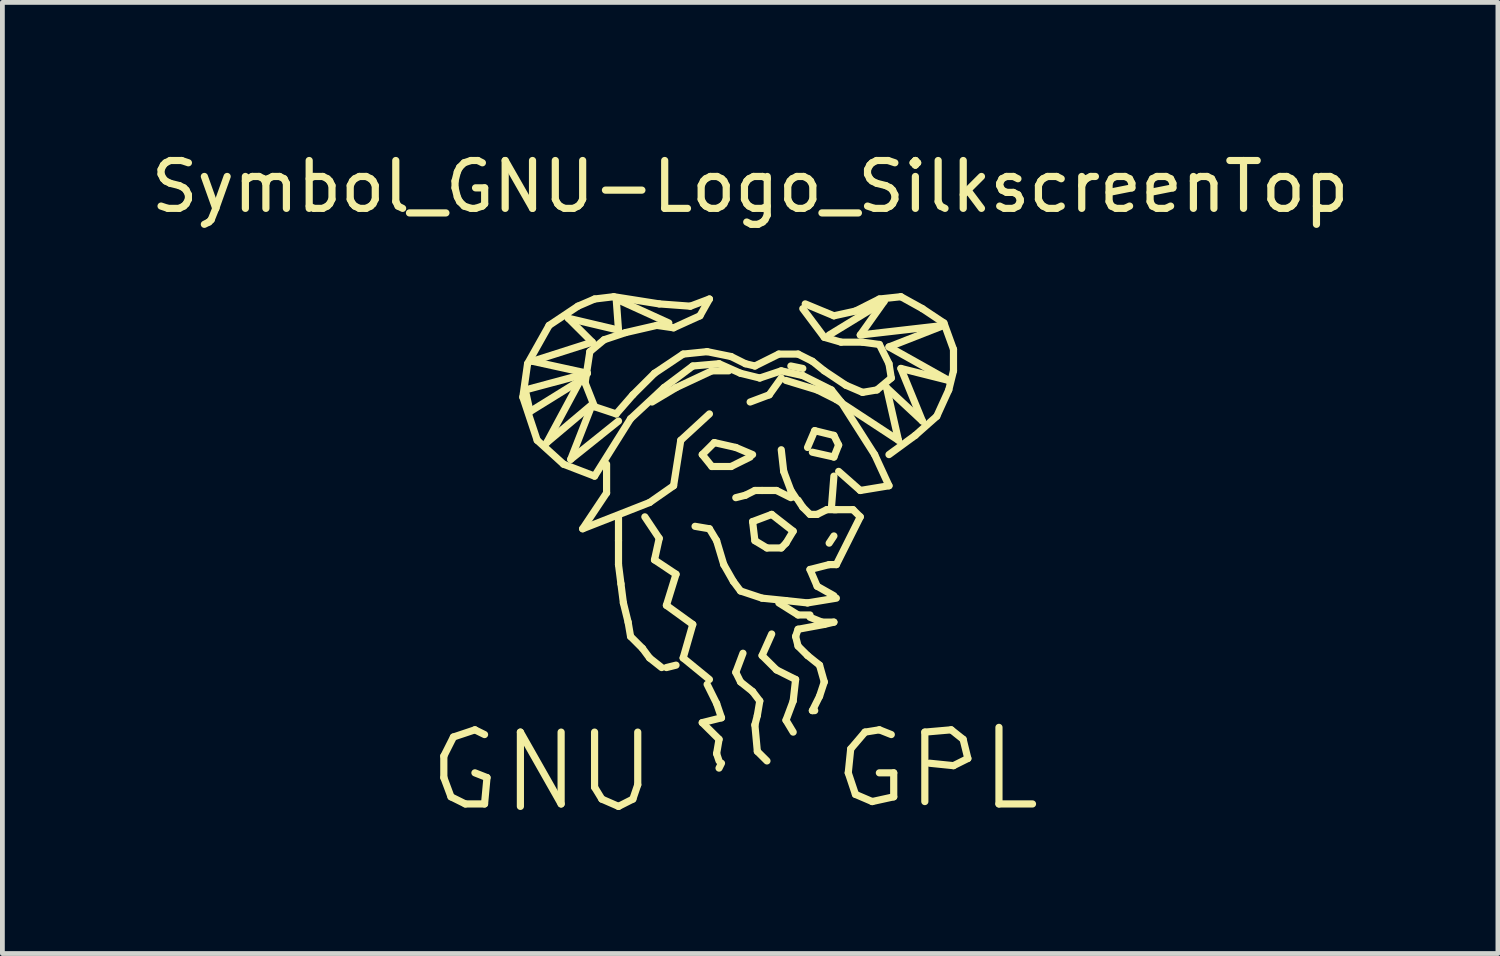
<source format=kicad_pcb>
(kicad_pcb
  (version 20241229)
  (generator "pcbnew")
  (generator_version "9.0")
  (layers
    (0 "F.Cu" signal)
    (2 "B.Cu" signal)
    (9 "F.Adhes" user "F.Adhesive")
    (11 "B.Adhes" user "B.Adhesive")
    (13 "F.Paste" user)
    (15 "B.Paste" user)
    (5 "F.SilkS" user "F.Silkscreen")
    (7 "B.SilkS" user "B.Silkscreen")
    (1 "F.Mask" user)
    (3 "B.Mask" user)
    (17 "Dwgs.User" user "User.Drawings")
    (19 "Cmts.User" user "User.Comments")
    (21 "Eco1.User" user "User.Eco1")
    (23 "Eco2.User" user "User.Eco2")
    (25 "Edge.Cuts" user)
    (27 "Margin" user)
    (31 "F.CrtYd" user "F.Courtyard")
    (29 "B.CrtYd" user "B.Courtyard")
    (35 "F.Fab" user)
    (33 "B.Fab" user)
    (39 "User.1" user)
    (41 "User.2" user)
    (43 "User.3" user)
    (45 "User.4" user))
  (footprint "Symbol_GNU-Logo_SilkscreenTop"
    (layer "F.Cu")
    (at 12.625 6.899)
    (property "Reference" "Symbol_GNU-Logo_SilkscreenTop" (at 0 -6.05 0) (layer "F.SilkS") (effects (font (size 1 1) (thickness 0.15))))
    (attr board_only exclude_from_pos_files exclude_from_bom allow_missing_courtyard)
    (fp_line (start -6.401 5.85) (end -6.401 6.299) (stroke (width 0.15) (type solid)) (layer "F.SilkS"))
    (fp_line (start -6.401 6.299) (end -6.251 6.701) (stroke (width 0.15) (type solid)) (layer "F.SilkS"))
    (fp_line (start -6.251 6.701) (end -5.951 6.85) (stroke (width 0.15) (type solid)) (layer "F.SilkS"))
    (fp_line (start -6.2 5.451) (end -6.401 5.85) (stroke (width 0.15) (type solid)) (layer "F.SilkS"))
    (fp_line (start -5.951 6.85) (end -5.55 6.85) (stroke (width 0.15) (type solid)) (layer "F.SilkS"))
    (fp_line (start -5.751 5.301) (end -6.2 5.451) (stroke (width 0.15) (type solid)) (layer "F.SilkS"))
    (fp_line (start -5.55 5.4) (end -5.751 5.301) (stroke (width 0.15) (type solid)) (layer "F.SilkS"))
    (fp_line (start -5.55 6.85) (end -5.499 6.299) (stroke (width 0.15) (type solid)) (layer "F.SilkS"))
    (fp_line (start -5.499 6.299) (end -5.751 6.2) (stroke (width 0.15) (type solid)) (layer "F.SilkS"))
    (fp_line (start -4.801 5.349) (end -3.95 6.85) (stroke (width 0.15) (type solid)) (layer "F.SilkS"))
    (fp_line (start -4.801 6.901) (end -4.801 5.349) (stroke (width 0.15) (type solid)) (layer "F.SilkS"))
    (fp_line (start -4.75 -1.651) (end -4.45 -0.749) (stroke (width 0.15) (type solid)) (layer "F.SilkS"))
    (fp_line (start -4.699 -1.801) (end -3.401 -2.149) (stroke (width 0.15) (type solid)) (layer "F.SilkS"))
    (fp_line (start -4.651 -2.349) (end -4.75 -1.651) (stroke (width 0.15) (type solid)) (layer "F.SilkS"))
    (fp_line (start -4.6 -1.349) (end -4.699 -1.801) (stroke (width 0.15) (type solid)) (layer "F.SilkS"))
    (fp_line (start -4.549 -2.4) (end -3.299 -2.799) (stroke (width 0.15) (type solid)) (layer "F.SilkS"))
    (fp_line (start -4.45 -0.749) (end -3.899 -0.249) (stroke (width 0.15) (type solid)) (layer "F.SilkS"))
    (fp_line (start -4.249 -0.701) (end -3.551 -1.999) (stroke (width 0.15) (type solid)) (layer "F.SilkS"))
    (fp_line (start -4.201 -3.15) (end -4.651 -2.349) (stroke (width 0.15) (type solid)) (layer "F.SilkS"))
    (fp_line (start -3.95 6.85) (end -3.95 5.349) (stroke (width 0.15) (type solid)) (layer "F.SilkS"))
    (fp_line (start -3.899 -0.249) (end -3.251 0) (stroke (width 0.15) (type solid)) (layer "F.SilkS"))
    (fp_line (start -3.8 -3.299) (end -2.751 -3.051) (stroke (width 0.15) (type solid)) (layer "F.SilkS"))
    (fp_line (start -3.749 -0.351) (end -3.299 -1.501) (stroke (width 0.15) (type solid)) (layer "F.SilkS"))
    (fp_line (start -3.599 -3.551) (end -4.201 -3.15) (stroke (width 0.15) (type solid)) (layer "F.SilkS"))
    (fp_line (start -3.551 -1.999) (end -4.6 -1.349) (stroke (width 0.15) (type solid)) (layer "F.SilkS"))
    (fp_line (start -3.5 1.1) (end -2.101 0.551) (stroke (width 0.15) (type solid)) (layer "F.SilkS"))
    (fp_line (start -3.449 -1.951) (end -3.35 -2.601) (stroke (width 0.15) (type solid)) (layer "F.SilkS"))
    (fp_line (start -3.401 -2.149) (end -4.549 -2.4) (stroke (width 0.15) (type solid)) (layer "F.SilkS"))
    (fp_line (start -3.35 -2.601) (end -3.051 -2.85) (stroke (width 0.15) (type solid)) (layer "F.SilkS"))
    (fp_line (start -3.299 -2.799) (end -3.8 -3.299) (stroke (width 0.15) (type solid)) (layer "F.SilkS"))
    (fp_line (start -3.299 -1.501) (end -4.249 -0.701) (stroke (width 0.15) (type solid)) (layer "F.SilkS"))
    (fp_line (start -3.251 -3.701) (end -3.599 -3.551) (stroke (width 0.15) (type solid)) (layer "F.SilkS"))
    (fp_line (start -3.251 -1.45) (end -3.449 -1.951) (stroke (width 0.15) (type solid)) (layer "F.SilkS"))
    (fp_line (start -3.251 0) (end -2.499 -1.199) (stroke (width 0.15) (type solid)) (layer "F.SilkS"))
    (fp_line (start -3.251 5.349) (end -3.251 6.5) (stroke (width 0.15) (type solid)) (layer "F.SilkS"))
    (fp_line (start -3.251 6.5) (end -3.099 6.749) (stroke (width 0.15) (type solid)) (layer "F.SilkS"))
    (fp_line (start -3.099 6.749) (end -2.751 6.901) (stroke (width 0.15) (type solid)) (layer "F.SilkS"))
    (fp_line (start -3.051 -2.85) (end -2.601 -3) (stroke (width 0.15) (type solid)) (layer "F.SilkS"))
    (fp_line (start -3 -0.249) (end -3 0.351) (stroke (width 0.15) (type solid)) (layer "F.SilkS"))
    (fp_line (start -3 0.351) (end -3.5 1.1) (stroke (width 0.15) (type solid)) (layer "F.SilkS"))
    (fp_line (start -2.85 -3.749) (end -3.251 -3.701) (stroke (width 0.15) (type solid)) (layer "F.SilkS"))
    (fp_line (start -2.799 -3.701) (end -1.699 -3.2) (stroke (width 0.15) (type solid)) (layer "F.SilkS"))
    (fp_line (start -2.799 -1.3) (end -3.251 -1.45) (stroke (width 0.15) (type solid)) (layer "F.SilkS"))
    (fp_line (start -2.751 -3.051) (end -2.799 -3.701) (stroke (width 0.15) (type solid)) (layer "F.SilkS"))
    (fp_line (start -2.751 -1.151) (end -3.749 -0.351) (stroke (width 0.15) (type solid)) (layer "F.SilkS"))
    (fp_line (start -2.751 1.349) (end -2.751 0.851) (stroke (width 0.15) (type solid)) (layer "F.SilkS"))
    (fp_line (start -2.751 1.849) (end -2.751 1.349) (stroke (width 0.15) (type solid)) (layer "F.SilkS"))
    (fp_line (start -2.751 6.901) (end -2.451 6.749) (stroke (width 0.15) (type solid)) (layer "F.SilkS"))
    (fp_line (start -2.7 2.25) (end -2.751 1.849) (stroke (width 0.15) (type solid)) (layer "F.SilkS"))
    (fp_line (start -2.649 2.649) (end -2.7 2.25) (stroke (width 0.15) (type solid)) (layer "F.SilkS"))
    (fp_line (start -2.601 -3) (end -1.951 -3.15) (stroke (width 0.15) (type solid)) (layer "F.SilkS"))
    (fp_line (start -2.55 3.051) (end -2.649 2.649) (stroke (width 0.15) (type solid)) (layer "F.SilkS"))
    (fp_line (start -2.499 -1.199) (end -1.801 -1.849) (stroke (width 0.15) (type solid)) (layer "F.SilkS"))
    (fp_line (start -2.499 3.35) (end -2.55 3.051) (stroke (width 0.15) (type solid)) (layer "F.SilkS"))
    (fp_line (start -2.451 -1.699) (end -2.799 -1.3) (stroke (width 0.15) (type solid)) (layer "F.SilkS"))
    (fp_line (start -2.451 6.749) (end -2.349 6.449) (stroke (width 0.15) (type solid)) (layer "F.SilkS"))
    (fp_line (start -2.349 6.449) (end -2.349 5.349) (stroke (width 0.15) (type solid)) (layer "F.SilkS"))
    (fp_line (start -2.25 3.599) (end -2.499 3.35) (stroke (width 0.15) (type solid)) (layer "F.SilkS"))
    (fp_line (start -2.2 0.851) (end -1.9 1.3) (stroke (width 0.15) (type solid)) (layer "F.SilkS"))
    (fp_line (start -2.101 0.551) (end -1.6 0.201) (stroke (width 0.15) (type solid)) (layer "F.SilkS"))
    (fp_line (start -2.101 3.8) (end -2.25 3.599) (stroke (width 0.15) (type solid)) (layer "F.SilkS"))
    (fp_line (start -2.05 -1.549) (end -1.549 -1.849) (stroke (width 0.15) (type solid)) (layer "F.SilkS"))
    (fp_line (start -1.999 -2.149) (end -2.451 -1.699) (stroke (width 0.15) (type solid)) (layer "F.SilkS"))
    (fp_line (start -1.999 1.75) (end -1.549 2.05) (stroke (width 0.15) (type solid)) (layer "F.SilkS"))
    (fp_line (start -1.951 -3.15) (end -1.6 -3.099) (stroke (width 0.15) (type solid)) (layer "F.SilkS"))
    (fp_line (start -1.9 -3.599) (end -2.85 -3.749) (stroke (width 0.15) (type solid)) (layer "F.SilkS"))
    (fp_line (start -1.9 1.3) (end -1.999 1.75) (stroke (width 0.15) (type solid)) (layer "F.SilkS"))
    (fp_line (start -1.849 4) (end -2.101 3.8) (stroke (width 0.15) (type solid)) (layer "F.SilkS"))
    (fp_line (start -1.801 -1.849) (end -1.199 -2.301) (stroke (width 0.15) (type solid)) (layer "F.SilkS"))
    (fp_line (start -1.75 2.7) (end -1.199 3.099) (stroke (width 0.15) (type solid)) (layer "F.SilkS"))
    (fp_line (start -1.75 4) (end -1.549 3.95) (stroke (width 0.15) (type solid)) (layer "F.SilkS"))
    (fp_line (start -1.6 -3.099) (end -1.049 -3.35) (stroke (width 0.15) (type solid)) (layer "F.SilkS"))
    (fp_line (start -1.6 0.201) (end -1.45 -0.749) (stroke (width 0.15) (type solid)) (layer "F.SilkS"))
    (fp_line (start -1.549 -1.849) (end -0.8 -2.2) (stroke (width 0.15) (type solid)) (layer "F.SilkS"))
    (fp_line (start -1.549 2.05) (end -1.75 2.7) (stroke (width 0.15) (type solid)) (layer "F.SilkS"))
    (fp_line (start -1.45 -0.749) (end -0.851 -1.3) (stroke (width 0.15) (type solid)) (layer "F.SilkS"))
    (fp_line (start -1.4 -2.55) (end -1.999 -2.149) (stroke (width 0.15) (type solid)) (layer "F.SilkS"))
    (fp_line (start -1.4 3.8) (end -0.851 4.249) (stroke (width 0.15) (type solid)) (layer "F.SilkS"))
    (fp_line (start -1.25 -3.551) (end -1.9 -3.599) (stroke (width 0.15) (type solid)) (layer "F.SilkS"))
    (fp_line (start -1.199 -2.301) (end -0.65 -2.349) (stroke (width 0.15) (type solid)) (layer "F.SilkS"))
    (fp_line (start -1.199 3.099) (end -1.4 3.8) (stroke (width 0.15) (type solid)) (layer "F.SilkS"))
    (fp_line (start -1.049 -3.35) (end -0.851 -3.701) (stroke (width 0.15) (type solid)) (layer "F.SilkS"))
    (fp_line (start -1.001 -0.45) (end -0.8 -0.201) (stroke (width 0.15) (type solid)) (layer "F.SilkS"))
    (fp_line (start -1.001 5.151) (end -0.65 5.499) (stroke (width 0.15) (type solid)) (layer "F.SilkS"))
    (fp_line (start -0.899 -2.601) (end -1.4 -2.55) (stroke (width 0.15) (type solid)) (layer "F.SilkS"))
    (fp_line (start -0.899 4.351) (end -0.701 4.75) (stroke (width 0.15) (type solid)) (layer "F.SilkS"))
    (fp_line (start -0.851 -3.701) (end -1.25 -3.551) (stroke (width 0.15) (type solid)) (layer "F.SilkS"))
    (fp_line (start -0.851 1.1) (end -1.151 1.049) (stroke (width 0.15) (type solid)) (layer "F.SilkS"))
    (fp_line (start -0.8 -2.2) (end -0.45 -2.2) (stroke (width 0.15) (type solid)) (layer "F.SilkS"))
    (fp_line (start -0.8 -0.201) (end -0.399 -0.201) (stroke (width 0.15) (type solid)) (layer "F.SilkS"))
    (fp_line (start -0.749 -0.701) (end -1.001 -0.45) (stroke (width 0.15) (type solid)) (layer "F.SilkS"))
    (fp_line (start -0.701 1.349) (end -0.851 1.1) (stroke (width 0.15) (type solid)) (layer "F.SilkS"))
    (fp_line (start -0.701 4.75) (end -0.599 5.05) (stroke (width 0.15) (type solid)) (layer "F.SilkS"))
    (fp_line (start -0.701 5.799) (end -0.65 5.951) (stroke (width 0.15) (type solid)) (layer "F.SilkS"))
    (fp_line (start -0.65 -2.349) (end -0.201 -2.149) (stroke (width 0.15) (type solid)) (layer "F.SilkS"))
    (fp_line (start -0.65 5.499) (end -0.701 5.799) (stroke (width 0.15) (type solid)) (layer "F.SilkS"))
    (fp_line (start -0.599 5.05) (end -1.001 5.151) (stroke (width 0.15) (type solid)) (layer "F.SilkS"))
    (fp_line (start -0.599 5.999) (end -0.65 6.101) (stroke (width 0.15) (type solid)) (layer "F.SilkS"))
    (fp_line (start -0.551 1.849) (end -0.701 1.349) (stroke (width 0.15) (type solid)) (layer "F.SilkS"))
    (fp_line (start -0.399 -2.499) (end -0.899 -2.601) (stroke (width 0.15) (type solid)) (layer "F.SilkS"))
    (fp_line (start -0.399 -0.201) (end 0 -0.399) (stroke (width 0.15) (type solid)) (layer "F.SilkS"))
    (fp_line (start -0.351 2.2) (end -0.551 1.849) (stroke (width 0.15) (type solid)) (layer "F.SilkS"))
    (fp_line (start -0.3 -0.599) (end -0.749 -0.701) (stroke (width 0.15) (type solid)) (layer "F.SilkS"))
    (fp_line (start -0.3 4.1) (end -0.201 4.3) (stroke (width 0.15) (type solid)) (layer "F.SilkS"))
    (fp_line (start -0.201 -2.149) (end 0.201 -2.05) (stroke (width 0.15) (type solid)) (layer "F.SilkS"))
    (fp_line (start -0.201 2.4) (end -0.351 2.2) (stroke (width 0.15) (type solid)) (layer "F.SilkS"))
    (fp_line (start -0.201 4.3) (end 0.051 4.501) (stroke (width 0.15) (type solid)) (layer "F.SilkS"))
    (fp_line (start -0.15 3.701) (end -0.3 4.1) (stroke (width 0.15) (type solid)) (layer "F.SilkS"))
    (fp_line (start -0.099 -2.349) (end -0.399 -2.499) (stroke (width 0.15) (type solid)) (layer "F.SilkS"))
    (fp_line (start -0.099 0.399) (end -0.3 0.45) (stroke (width 0.15) (type solid)) (layer "F.SilkS"))
    (fp_line (start 0 -1.549) (end 0.399 -1.699) (stroke (width 0.15) (type solid)) (layer "F.SilkS"))
    (fp_line (start 0.051 -0.45) (end -0.3 -0.599) (stroke (width 0.15) (type solid)) (layer "F.SilkS"))
    (fp_line (start 0.051 0.95) (end 0.099 1.349) (stroke (width 0.15) (type solid)) (layer "F.SilkS"))
    (fp_line (start 0.051 4.501) (end 0.201 4.699) (stroke (width 0.15) (type solid)) (layer "F.SilkS"))
    (fp_line (start 0.099 -2.301) (end -0.099 -2.349) (stroke (width 0.15) (type solid)) (layer "F.SilkS"))
    (fp_line (start 0.099 0.3) (end -0.099 0.399) (stroke (width 0.15) (type solid)) (layer "F.SilkS"))
    (fp_line (start 0.099 1.349) (end 0.351 1.501) (stroke (width 0.15) (type solid)) (layer "F.SilkS"))
    (fp_line (start 0.099 5.199) (end 0.15 5.751) (stroke (width 0.15) (type solid)) (layer "F.SilkS"))
    (fp_line (start 0.15 5.001) (end 0.099 5.199) (stroke (width 0.15) (type solid)) (layer "F.SilkS"))
    (fp_line (start 0.15 5.751) (end 0.351 5.951) (stroke (width 0.15) (type solid)) (layer "F.SilkS"))
    (fp_line (start 0.201 -2.05) (end 0.65 -2.2) (stroke (width 0.15) (type solid)) (layer "F.SilkS"))
    (fp_line (start 0.201 4.699) (end 0.15 5.001) (stroke (width 0.15) (type solid)) (layer "F.SilkS"))
    (fp_line (start 0.249 0.3) (end 0.099 0.3) (stroke (width 0.15) (type solid)) (layer "F.SilkS"))
    (fp_line (start 0.249 2.55) (end -0.201 2.4) (stroke (width 0.15) (type solid)) (layer "F.SilkS"))
    (fp_line (start 0.249 3.749) (end 0.551 4.049) (stroke (width 0.15) (type solid)) (layer "F.SilkS"))
    (fp_line (start 0.351 1.501) (end 0.65 1.501) (stroke (width 0.15) (type solid)) (layer "F.SilkS"))
    (fp_line (start 0.399 -1.699) (end 0.65 -2.05) (stroke (width 0.15) (type solid)) (layer "F.SilkS"))
    (fp_line (start 0.45 0.8) (end 0.051 0.95) (stroke (width 0.15) (type solid)) (layer "F.SilkS"))
    (fp_line (start 0.45 3.299) (end 0.249 3.749) (stroke (width 0.15) (type solid)) (layer "F.SilkS"))
    (fp_line (start 0.551 0.3) (end 0.249 0.3) (stroke (width 0.15) (type solid)) (layer "F.SilkS"))
    (fp_line (start 0.551 4.049) (end 0.95 4.249) (stroke (width 0.15) (type solid)) (layer "F.SilkS"))
    (fp_line (start 0.599 -2.55) (end 0.099 -2.301) (stroke (width 0.15) (type solid)) (layer "F.SilkS"))
    (fp_line (start 0.599 2.649) (end 1.001 2.901) (stroke (width 0.15) (type solid)) (layer "F.SilkS"))
    (fp_line (start 0.65 -2.2) (end 1.1 -2.101) (stroke (width 0.15) (type solid)) (layer "F.SilkS"))
    (fp_line (start 0.65 -0.551) (end 0.701 -0.099) (stroke (width 0.15) (type solid)) (layer "F.SilkS"))
    (fp_line (start 0.65 1.501) (end 0.749 1.4) (stroke (width 0.15) (type solid)) (layer "F.SilkS"))
    (fp_line (start 0.701 -0.099) (end 0.851 0.3) (stroke (width 0.15) (type solid)) (layer "F.SilkS"))
    (fp_line (start 0.749 -1.999) (end 1.4 -1.801) (stroke (width 0.15) (type solid)) (layer "F.SilkS"))
    (fp_line (start 0.749 1.4) (end 0.899 1.151) (stroke (width 0.15) (type solid)) (layer "F.SilkS"))
    (fp_line (start 0.749 2.601) (end 0.249 2.55) (stroke (width 0.15) (type solid)) (layer "F.SilkS"))
    (fp_line (start 0.749 5.1) (end 0.899 5.349) (stroke (width 0.15) (type solid)) (layer "F.SilkS"))
    (fp_line (start 0.851 -2.301) (end 1.1 -2.25) (stroke (width 0.15) (type solid)) (layer "F.SilkS"))
    (fp_line (start 0.851 0.3) (end 0.95 0.45) (stroke (width 0.15) (type solid)) (layer "F.SilkS"))
    (fp_line (start 0.851 0.45) (end 0.551 0.3) (stroke (width 0.15) (type solid)) (layer "F.SilkS"))
    (fp_line (start 0.899 1.151) (end 0.45 0.8) (stroke (width 0.15) (type solid)) (layer "F.SilkS"))
    (fp_line (start 0.899 4.699) (end 0.749 5.1) (stroke (width 0.15) (type solid)) (layer "F.SilkS"))
    (fp_line (start 0.95 3.35) (end 1.001 3.551) (stroke (width 0.15) (type solid)) (layer "F.SilkS"))
    (fp_line (start 0.95 4.249) (end 0.899 4.699) (stroke (width 0.15) (type solid)) (layer "F.SilkS"))
    (fp_line (start 1.001 -2.55) (end 0.599 -2.55) (stroke (width 0.15) (type solid)) (layer "F.SilkS"))
    (fp_line (start 1.001 0.5) (end 1.1 0.65) (stroke (width 0.15) (type solid)) (layer "F.SilkS"))
    (fp_line (start 1.001 2.901) (end 1.25 2.901) (stroke (width 0.15) (type solid)) (layer "F.SilkS"))
    (fp_line (start 1.001 3.2) (end 0.95 3.35) (stroke (width 0.15) (type solid)) (layer "F.SilkS"))
    (fp_line (start 1.001 3.551) (end 1.199 3.749) (stroke (width 0.15) (type solid)) (layer "F.SilkS"))
    (fp_line (start 1.1 -3.5) (end 1.549 -2.901) (stroke (width 0.15) (type solid)) (layer "F.SilkS"))
    (fp_line (start 1.1 -2.101) (end 1.699 -1.801) (stroke (width 0.15) (type solid)) (layer "F.SilkS"))
    (fp_line (start 1.1 0.65) (end 1.25 0.8) (stroke (width 0.15) (type solid)) (layer "F.SilkS"))
    (fp_line (start 1.151 -3.599) (end 1.75 -3.35) (stroke (width 0.15) (type solid)) (layer "F.SilkS"))
    (fp_line (start 1.199 -0.599) (end 1.349 -0.95) (stroke (width 0.15) (type solid)) (layer "F.SilkS"))
    (fp_line (start 1.199 2.649) (end 0.749 2.601) (stroke (width 0.15) (type solid)) (layer "F.SilkS"))
    (fp_line (start 1.199 3.749) (end 1.45 3.95) (stroke (width 0.15) (type solid)) (layer "F.SilkS"))
    (fp_line (start 1.25 0.8) (end 1.4 0.8) (stroke (width 0.15) (type solid)) (layer "F.SilkS"))
    (fp_line (start 1.25 1.951) (end 1.4 2.301) (stroke (width 0.15) (type solid)) (layer "F.SilkS"))
    (fp_line (start 1.25 2.949) (end 1.501 3.051) (stroke (width 0.15) (type solid)) (layer "F.SilkS"))
    (fp_line (start 1.3 -2.4) (end 1.001 -2.55) (stroke (width 0.15) (type solid)) (layer "F.SilkS"))
    (fp_line (start 1.3 4.9) (end 1.349 4.9) (stroke (width 0.15) (type solid)) (layer "F.SilkS"))
    (fp_line (start 1.349 -0.95) (end 1.75 -0.851) (stroke (width 0.15) (type solid)) (layer "F.SilkS"))
    (fp_line (start 1.4 -1.801) (end 1.801 -1.6) (stroke (width 0.15) (type solid)) (layer "F.SilkS"))
    (fp_line (start 1.4 0.8) (end 1.6 0.701) (stroke (width 0.15) (type solid)) (layer "F.SilkS"))
    (fp_line (start 1.4 2.301) (end 1.75 2.499) (stroke (width 0.15) (type solid)) (layer "F.SilkS"))
    (fp_line (start 1.45 3.95) (end 1.549 4.3) (stroke (width 0.15) (type solid)) (layer "F.SilkS"))
    (fp_line (start 1.45 4.6) (end 1.3 4.9) (stroke (width 0.15) (type solid)) (layer "F.SilkS"))
    (fp_line (start 1.501 3.051) (end 1.75 3.051) (stroke (width 0.15) (type solid)) (layer "F.SilkS"))
    (fp_line (start 1.549 -2.901) (end 1.9 -2.799) (stroke (width 0.15) (type solid)) (layer "F.SilkS"))
    (fp_line (start 1.549 -2.2) (end 1.3 -2.4) (stroke (width 0.15) (type solid)) (layer "F.SilkS"))
    (fp_line (start 1.549 3.099) (end 1.001 3.2) (stroke (width 0.15) (type solid)) (layer "F.SilkS"))
    (fp_line (start 1.549 4.3) (end 1.45 4.6) (stroke (width 0.15) (type solid)) (layer "F.SilkS"))
    (fp_line (start 1.6 0.701) (end 1.801 0.701) (stroke (width 0.15) (type solid)) (layer "F.SilkS"))
    (fp_line (start 1.651 1.849) (end 1.25 1.951) (stroke (width 0.15) (type solid)) (layer "F.SilkS"))
    (fp_line (start 1.699 -1.801) (end 1.9 -1.549) (stroke (width 0.15) (type solid)) (layer "F.SilkS"))
    (fp_line (start 1.75 -3.35) (end 2.2 -3.449) (stroke (width 0.15) (type solid)) (layer "F.SilkS"))
    (fp_line (start 1.75 -0.851) (end 1.849 -0.65) (stroke (width 0.15) (type solid)) (layer "F.SilkS"))
    (fp_line (start 1.75 -0.399) (end 1.3 -0.5) (stroke (width 0.15) (type solid)) (layer "F.SilkS"))
    (fp_line (start 1.75 0) (end 1.699 0.65) (stroke (width 0.15) (type solid)) (layer "F.SilkS"))
    (fp_line (start 1.75 0.701) (end 2.149 0.701) (stroke (width 0.15) (type solid)) (layer "F.SilkS"))
    (fp_line (start 1.75 1.25) (end 1.651 1.4) (stroke (width 0.15) (type solid)) (layer "F.SilkS"))
    (fp_line (start 1.75 3.051) (end 1.549 3.099) (stroke (width 0.15) (type solid)) (layer "F.SilkS"))
    (fp_line (start 1.801 -1.6) (end 3.099 -0.749) (stroke (width 0.15) (type solid)) (layer "F.SilkS"))
    (fp_line (start 1.801 1.849) (end 1.651 1.849) (stroke (width 0.15) (type solid)) (layer "F.SilkS"))
    (fp_line (start 1.801 2.55) (end 1.199 2.649) (stroke (width 0.15) (type solid)) (layer "F.SilkS"))
    (fp_line (start 1.849 -0.65) (end 1.75 -0.399) (stroke (width 0.15) (type solid)) (layer "F.SilkS"))
    (fp_line (start 1.9 -2.799) (end 2.349 -2.799) (stroke (width 0.15) (type solid)) (layer "F.SilkS"))
    (fp_line (start 1.9 -1.549) (end 2.601 -0.45) (stroke (width 0.15) (type solid)) (layer "F.SilkS"))
    (fp_line (start 1.999 -1.9) (end 1.549 -2.2) (stroke (width 0.15) (type solid)) (layer "F.SilkS"))
    (fp_line (start 2.05 6.2) (end 2.2 6.65) (stroke (width 0.15) (type solid)) (layer "F.SilkS"))
    (fp_line (start 2.101 5.7) (end 2.05 6.2) (stroke (width 0.15) (type solid)) (layer "F.SilkS"))
    (fp_line (start 2.149 0.701) (end 2.301 0.851) (stroke (width 0.15) (type solid)) (layer "F.SilkS"))
    (fp_line (start 2.2 -3.449) (end 2.7 -3.701) (stroke (width 0.15) (type solid)) (layer "F.SilkS"))
    (fp_line (start 2.2 6.65) (end 2.55 6.8) (stroke (width 0.15) (type solid)) (layer "F.SilkS"))
    (fp_line (start 2.301 -2.949) (end 2.799 -3.65) (stroke (width 0.15) (type solid)) (layer "F.SilkS"))
    (fp_line (start 2.301 0.3) (end 1.849 -0.099) (stroke (width 0.15) (type solid)) (layer "F.SilkS"))
    (fp_line (start 2.301 0.851) (end 1.801 1.849) (stroke (width 0.15) (type solid)) (layer "F.SilkS"))
    (fp_line (start 2.349 -2.799) (end 2.7 -2.751) (stroke (width 0.15) (type solid)) (layer "F.SilkS"))
    (fp_line (start 2.349 -1.75) (end 1.999 -1.9) (stroke (width 0.15) (type solid)) (layer "F.SilkS"))
    (fp_line (start 2.4 5.349) (end 2.101 5.7) (stroke (width 0.15) (type solid)) (layer "F.SilkS"))
    (fp_line (start 2.55 6.8) (end 3 6.701) (stroke (width 0.15) (type solid)) (layer "F.SilkS"))
    (fp_line (start 2.601 -0.45) (end 2.901 0.201) (stroke (width 0.15) (type solid)) (layer "F.SilkS"))
    (fp_line (start 2.649 -1.801) (end 2.349 -1.75) (stroke (width 0.15) (type solid)) (layer "F.SilkS"))
    (fp_line (start 2.7 -3.701) (end 3.15 -3.749) (stroke (width 0.15) (type solid)) (layer "F.SilkS"))
    (fp_line (start 2.7 -2.751) (end 2.901 -2.349) (stroke (width 0.15) (type solid)) (layer "F.SilkS"))
    (fp_line (start 2.7 5.301) (end 2.4 5.349) (stroke (width 0.15) (type solid)) (layer "F.SilkS"))
    (fp_line (start 2.799 -3.65) (end 1.651 -2.949) (stroke (width 0.15) (type solid)) (layer "F.SilkS"))
    (fp_line (start 2.85 -1.849) (end 3.599 -1.151) (stroke (width 0.15) (type solid)) (layer "F.SilkS"))
    (fp_line (start 2.901 -2.7) (end 4.049 -3.15) (stroke (width 0.15) (type solid)) (layer "F.SilkS"))
    (fp_line (start 2.901 -2.349) (end 2.949 -2.05) (stroke (width 0.15) (type solid)) (layer "F.SilkS"))
    (fp_line (start 2.901 0.201) (end 2.301 0.3) (stroke (width 0.15) (type solid)) (layer "F.SilkS"))
    (fp_line (start 2.949 -2.05) (end 2.649 -1.801) (stroke (width 0.15) (type solid)) (layer "F.SilkS"))
    (fp_line (start 2.949 5.4) (end 2.7 5.301) (stroke (width 0.15) (type solid)) (layer "F.SilkS"))
    (fp_line (start 3 6.2) (end 2.7 6.2) (stroke (width 0.15) (type solid)) (layer "F.SilkS"))
    (fp_line (start 3 6.701) (end 3 6.2) (stroke (width 0.15) (type solid)) (layer "F.SilkS"))
    (fp_line (start 3.099 -0.749) (end 2.85 -1.849) (stroke (width 0.15) (type solid)) (layer "F.SilkS"))
    (fp_line (start 3.15 -3.749) (end 3.599 -3.5) (stroke (width 0.15) (type solid)) (layer "F.SilkS"))
    (fp_line (start 3.15 -2.25) (end 4.15 -1.999) (stroke (width 0.15) (type solid)) (layer "F.SilkS"))
    (fp_line (start 3.449 -0.851) (end 2.901 -0.45) (stroke (width 0.15) (type solid)) (layer "F.SilkS"))
    (fp_line (start 3.599 -3.5) (end 4.049 -3.2) (stroke (width 0.15) (type solid)) (layer "F.SilkS"))
    (fp_line (start 3.599 -1.151) (end 3.15 -2.25) (stroke (width 0.15) (type solid)) (layer "F.SilkS"))
    (fp_line (start 3.65 5.349) (end 4.201 5.301) (stroke (width 0.15) (type solid)) (layer "F.SilkS"))
    (fp_line (start 3.65 6.8) (end 3.65 5.349) (stroke (width 0.15) (type solid)) (layer "F.SilkS"))
    (fp_line (start 3.899 -1.25) (end 3.449 -0.851) (stroke (width 0.15) (type solid)) (layer "F.SilkS"))
    (fp_line (start 4.049 -3.2) (end 4.249 -2.649) (stroke (width 0.15) (type solid)) (layer "F.SilkS"))
    (fp_line (start 4.049 -3.15) (end 2.301 -2.949) (stroke (width 0.15) (type solid)) (layer "F.SilkS"))
    (fp_line (start 4.15 -1.999) (end 2.901 -2.7) (stroke (width 0.15) (type solid)) (layer "F.SilkS"))
    (fp_line (start 4.15 -1.801) (end 3.899 -1.25) (stroke (width 0.15) (type solid)) (layer "F.SilkS"))
    (fp_line (start 4.201 5.301) (end 4.45 5.499) (stroke (width 0.15) (type solid)) (layer "F.SilkS"))
    (fp_line (start 4.249 -2.649) (end 4.249 -2.2) (stroke (width 0.15) (type solid)) (layer "F.SilkS"))
    (fp_line (start 4.249 -2.2) (end 4.15 -1.801) (stroke (width 0.15) (type solid)) (layer "F.SilkS"))
    (fp_line (start 4.249 6.05) (end 3.749 5.999) (stroke (width 0.15) (type solid)) (layer "F.SilkS"))
    (fp_line (start 4.45 5.499) (end 4.549 5.9) (stroke (width 0.15) (type solid)) (layer "F.SilkS"))
    (fp_line (start 4.549 5.9) (end 4.249 6.05) (stroke (width 0.15) (type solid)) (layer "F.SilkS"))
    (fp_line (start 5.199 5.25) (end 5.199 6.85) (stroke (width 0.15) (type solid)) (layer "F.SilkS"))
    (fp_line (start 5.199 6.85) (end 5.9 6.85) (stroke (width 0.15) (type solid)) (layer "F.SilkS")))
  (gr_rect
    (start -3 -3)
    (end 28.25 16.875)
    (stroke (width 0.1) (type default))
    (fill no)
    (layer "Edge.Cuts")))
</source>
